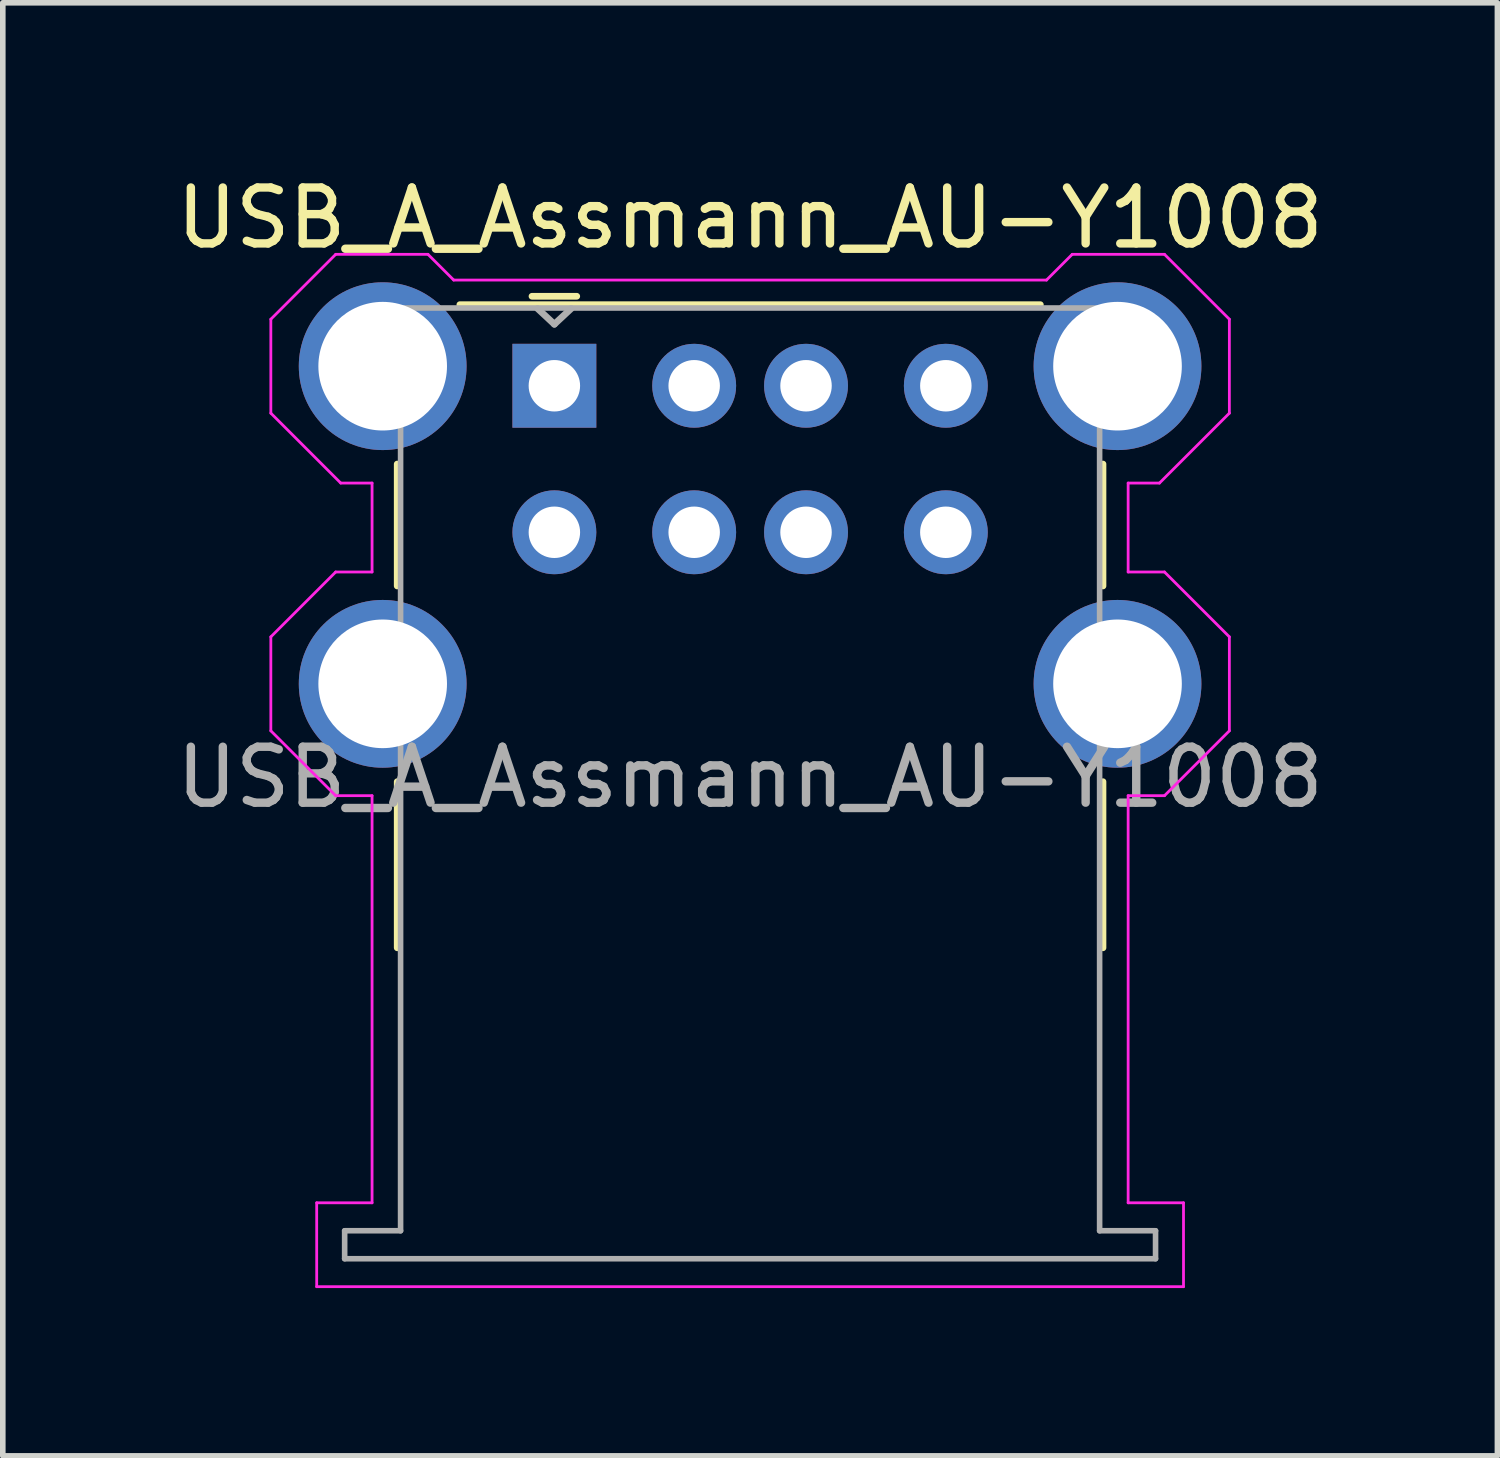
<source format=kicad_pcb>
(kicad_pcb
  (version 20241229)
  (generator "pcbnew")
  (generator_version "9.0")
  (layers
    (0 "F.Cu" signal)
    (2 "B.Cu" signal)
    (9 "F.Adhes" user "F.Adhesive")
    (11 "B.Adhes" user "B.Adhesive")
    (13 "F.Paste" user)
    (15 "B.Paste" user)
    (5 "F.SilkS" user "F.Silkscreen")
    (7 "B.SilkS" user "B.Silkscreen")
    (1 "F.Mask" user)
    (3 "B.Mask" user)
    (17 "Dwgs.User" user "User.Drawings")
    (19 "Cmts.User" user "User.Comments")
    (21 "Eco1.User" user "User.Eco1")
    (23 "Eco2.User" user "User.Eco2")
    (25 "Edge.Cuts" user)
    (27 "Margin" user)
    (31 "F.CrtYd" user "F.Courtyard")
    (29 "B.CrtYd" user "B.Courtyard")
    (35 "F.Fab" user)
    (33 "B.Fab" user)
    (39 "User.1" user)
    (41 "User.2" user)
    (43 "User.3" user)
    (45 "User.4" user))
  (footprint "USB_A_Assmann_AU-Y1008"
    (layer "F.Cu")
    (at 6.863 3.848)
    (property "Reference" "USB_A_Assmann_AU-Y1008" (at 3.5 -3 0) (layer "F.SilkS") (effects (font (size 1 1) (thickness 0.15))))
    (attr through_hole)
    (fp_line (start -2.81 3.58) (end -2.81 1.4) (stroke (width 0.12) (type solid)) (layer "F.SilkS"))
    (fp_line (start -2.81 10.05) (end -2.81 7.08) (stroke (width 0.12) (type solid)) (layer "F.SilkS"))
    (fp_line (start -1.69 -1.45) (end 8.69 -1.45) (stroke (width 0.12) (type solid)) (layer "F.SilkS"))
    (fp_line (start 0.4 -1.6) (end -0.4 -1.6) (stroke (width 0.12) (type solid)) (layer "F.SilkS"))
    (fp_line (start 9.81 3.58) (end 9.81 1.4) (stroke (width 0.12) (type solid)) (layer "F.SilkS"))
    (fp_line (start 9.81 7.08) (end 9.81 10.05) (stroke (width 0.12) (type solid)) (layer "F.SilkS"))
    (fp_line (start -5.07 -1.19) (end -5.07 0.49) (stroke (width 0.05) (type solid)) (layer "F.CrtYd"))
    (fp_line (start -5.07 0.49) (end -3.82 1.74) (stroke (width 0.05) (type solid)) (layer "F.CrtYd"))
    (fp_line (start -5.07 4.49) (end -5.07 6.17) (stroke (width 0.05) (type solid)) (layer "F.CrtYd"))
    (fp_line (start -5.07 6.17) (end -3.91 7.33) (stroke (width 0.05) (type solid)) (layer "F.CrtYd"))
    (fp_line (start -4.25 14.61) (end -4.25 16.11) (stroke (width 0.05) (type solid)) (layer "F.CrtYd"))
    (fp_line (start -4.25 16.11) (end 11.25 16.11) (stroke (width 0.05) (type solid)) (layer "F.CrtYd"))
    (fp_line (start -3.91 -2.35) (end -5.07 -1.19) (stroke (width 0.05) (type solid)) (layer "F.CrtYd"))
    (fp_line (start -3.91 3.33) (end -5.07 4.49) (stroke (width 0.05) (type solid)) (layer "F.CrtYd"))
    (fp_line (start -3.91 3.33) (end -3.26 3.33) (stroke (width 0.05) (type solid)) (layer "F.CrtYd"))
    (fp_line (start -3.82 1.74) (end -3.26 1.74) (stroke (width 0.05) (type solid)) (layer "F.CrtYd"))
    (fp_line (start -3.26 1.74) (end -3.26 3.33) (stroke (width 0.05) (type solid)) (layer "F.CrtYd"))
    (fp_line (start -3.26 7.33) (end -3.91 7.33) (stroke (width 0.05) (type solid)) (layer "F.CrtYd"))
    (fp_line (start -3.26 7.33) (end -3.26 14.61) (stroke (width 0.05) (type solid)) (layer "F.CrtYd"))
    (fp_line (start -3.26 14.61) (end -4.25 14.61) (stroke (width 0.05) (type solid)) (layer "F.CrtYd"))
    (fp_line (start -2.26 -2.35) (end -3.91 -2.35) (stroke (width 0.05) (type solid)) (layer "F.CrtYd"))
    (fp_line (start -2.26 -2.35) (end -1.8 -1.89) (stroke (width 0.05) (type solid)) (layer "F.CrtYd"))
    (fp_line (start 8.8 -1.89) (end -1.8 -1.89) (stroke (width 0.05) (type solid)) (layer "F.CrtYd"))
    (fp_line (start 9.26 -2.35) (end 8.8 -1.89) (stroke (width 0.05) (type solid)) (layer "F.CrtYd"))
    (fp_line (start 10.26 1.74) (end 10.26 3.33) (stroke (width 0.05) (type solid)) (layer "F.CrtYd"))
    (fp_line (start 10.26 1.74) (end 10.82 1.74) (stroke (width 0.05) (type solid)) (layer "F.CrtYd"))
    (fp_line (start 10.26 3.33) (end 10.91 3.33) (stroke (width 0.05) (type solid)) (layer "F.CrtYd"))
    (fp_line (start 10.26 7.33) (end 10.26 14.61) (stroke (width 0.05) (type solid)) (layer "F.CrtYd"))
    (fp_line (start 10.26 7.33) (end 10.91 7.33) (stroke (width 0.05) (type solid)) (layer "F.CrtYd"))
    (fp_line (start 10.26 14.61) (end 11.25 14.61) (stroke (width 0.05) (type solid)) (layer "F.CrtYd"))
    (fp_line (start 10.91 -2.35) (end 9.26 -2.35) (stroke (width 0.05) (type solid)) (layer "F.CrtYd"))
    (fp_line (start 10.91 -2.35) (end 12.07 -1.19) (stroke (width 0.05) (type solid)) (layer "F.CrtYd"))
    (fp_line (start 10.91 3.33) (end 12.07 4.49) (stroke (width 0.05) (type solid)) (layer "F.CrtYd"))
    (fp_line (start 11.25 14.61) (end 11.25 16.11) (stroke (width 0.05) (type solid)) (layer "F.CrtYd"))
    (fp_line (start 12.07 -1.19) (end 12.07 0.49) (stroke (width 0.05) (type solid)) (layer "F.CrtYd"))
    (fp_line (start 12.07 0.49) (end 10.82 1.74) (stroke (width 0.05) (type solid)) (layer "F.CrtYd"))
    (fp_line (start 12.07 4.49) (end 12.07 6.17) (stroke (width 0.05) (type solid)) (layer "F.CrtYd"))
    (fp_line (start 12.07 6.17) (end 10.91 7.33) (stroke (width 0.05) (type solid)) (layer "F.CrtYd"))
    (fp_line (start -3.75 15.11) (end -3.75 15.61) (stroke (width 0.1) (type solid)) (layer "F.Fab"))
    (fp_line (start -2.75 -1.39) (end -2.75 15.11) (stroke (width 0.1) (type solid)) (layer "F.Fab"))
    (fp_line (start -2.75 15.11) (end -3.75 15.11) (stroke (width 0.1) (type solid)) (layer "F.Fab"))
    (fp_line (start 0 -1.1) (end -0.3 -1.38) (stroke (width 0.12) (type solid)) (layer "F.Fab"))
    (fp_line (start 0 -1.1) (end 0.3 -1.38) (stroke (width 0.12) (type solid)) (layer "F.Fab"))
    (fp_line (start 9.75 -1.39) (end -2.75 -1.39) (stroke (width 0.1) (type solid)) (layer "F.Fab"))
    (fp_line (start 9.75 -1.39) (end 9.75 15.11) (stroke (width 0.1) (type solid)) (layer "F.Fab"))
    (fp_line (start 9.75 15.11) (end 10.75 15.11) (stroke (width 0.1) (type solid)) (layer "F.Fab"))
    (fp_line (start 10.75 15.11) (end 10.75 15.61) (stroke (width 0.1) (type solid)) (layer "F.Fab"))
    (fp_line (start 10.75 15.61) (end -3.75 15.61) (stroke (width 0.1) (type solid)) (layer "F.Fab"))
    (fp_text user "${REFERENCE}" (at 3.5 7 0) (layer "F.Fab") (effects (font (size 1 1) (thickness 0.15))))
    (pad "1" thru_hole rect (at 0 0) (size 1.5 1.5) (drill 0.92) (layers "*.Cu" "*.Mask"))
    (pad "2" thru_hole circle (at 2.5 0) (size 1.5 1.5) (drill 0.92) (layers "*.Cu" "*.Mask"))
    (pad "3" thru_hole circle (at 4.5 0) (size 1.5 1.5) (drill 0.92) (layers "*.Cu" "*.Mask"))
    (pad "4" thru_hole circle (at 7 0) (size 1.5 1.5) (drill 0.92) (layers "*.Cu" "*.Mask"))
    (pad "5" thru_hole circle (at 0 2.62) (size 1.5 1.5) (drill 0.92) (layers "*.Cu" "*.Mask"))
    (pad "6" thru_hole circle (at 2.5 2.62) (size 1.5 1.5) (drill 0.92) (layers "*.Cu" "*.Mask"))
    (pad "7" thru_hole circle (at 4.5 2.62) (size 1.5 1.5) (drill 0.92) (layers "*.Cu" "*.Mask"))
    (pad "8" thru_hole circle (at 7 2.62) (size 1.5 1.5) (drill 0.92) (layers "*.Cu" "*.Mask"))
    (pad "9" thru_hole circle (at -3.07 -0.35) (size 3 3) (drill 2.3) (layers "*.Cu" "*.Mask"))
    (pad "9" thru_hole circle (at -3.07 5.33) (size 3 3) (drill 2.3) (layers "*.Cu" "*.Mask"))
    (pad "9" thru_hole circle (at 10.07 -0.35) (size 3 3) (drill 2.3) (layers "*.Cu" "*.Mask"))
    (pad "9" thru_hole circle (at 10.07 5.33) (size 3 3) (drill 2.3) (layers "*.Cu" "*.Mask")))
  (gr_rect
    (start -3 -3)
    (end 23.726 22.983)
    (stroke (width 0.1) (type default))
    (fill no)
    (layer "Edge.Cuts")))
</source>
